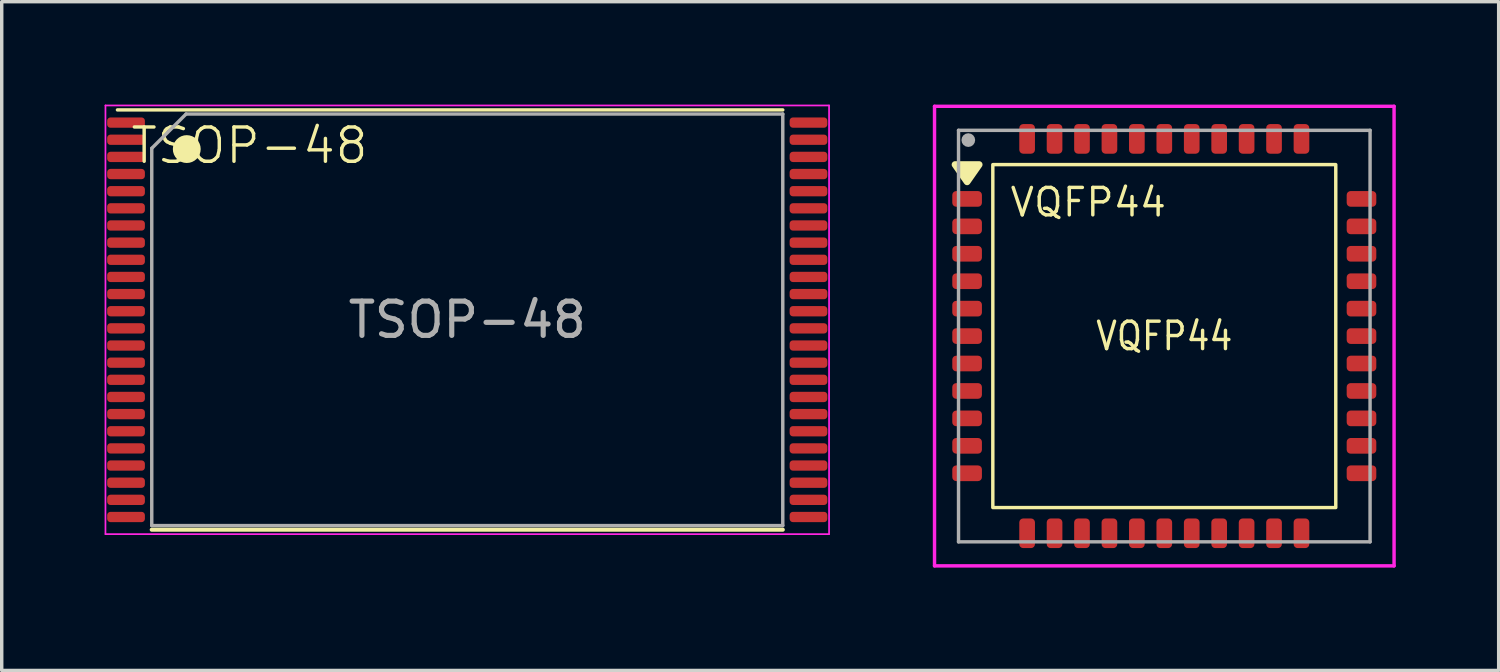
<source format=kicad_pcb>
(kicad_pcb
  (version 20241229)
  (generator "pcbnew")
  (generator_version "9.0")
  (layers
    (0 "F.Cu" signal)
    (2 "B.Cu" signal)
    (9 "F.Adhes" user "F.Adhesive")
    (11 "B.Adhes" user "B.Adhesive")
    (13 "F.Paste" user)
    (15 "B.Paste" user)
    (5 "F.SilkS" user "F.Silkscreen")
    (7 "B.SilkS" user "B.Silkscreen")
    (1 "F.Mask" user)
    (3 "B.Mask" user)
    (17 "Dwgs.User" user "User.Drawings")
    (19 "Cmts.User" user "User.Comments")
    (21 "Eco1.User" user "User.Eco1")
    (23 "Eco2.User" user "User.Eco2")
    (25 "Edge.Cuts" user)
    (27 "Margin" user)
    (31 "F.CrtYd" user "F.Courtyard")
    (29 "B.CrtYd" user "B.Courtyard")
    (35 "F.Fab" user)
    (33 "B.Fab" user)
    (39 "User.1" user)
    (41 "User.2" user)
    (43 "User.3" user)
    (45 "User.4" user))
  (footprint "TSOP-48"
    (layer "F.Cu")
    (at 10.575 6.275)
    (property "Reference" "TSOP-48" (at -6.35 -5.08 180) (layer "F.SilkS") (effects (font (size 1 1) (thickness 0.1))))
    (attr smd)
    (fp_line (start -9.2 6.12) (end 9.2 6.12) (stroke (width 0.12) (type solid)) (layer "F.SilkS"))
    (fp_line (start 9.2 -6.12) (end -10.2 -6.12) (stroke (width 0.1) (type solid)) (layer "F.SilkS"))
    (fp_circle (center -8.179 -4.978) (end -7.976 -4.978) (stroke (width 0.406) (type solid)) (fill no) (layer "F.SilkS"))
    (fp_line (start -10.55 -6.25) (end 10.55 -6.25) (stroke (width 0.05) (type solid)) (layer "F.CrtYd"))
    (fp_line (start -10.55 6.25) (end -10.55 -6.25) (stroke (width 0.05) (type solid)) (layer "F.CrtYd"))
    (fp_line (start 10.55 -6.25) (end 10.55 6.25) (stroke (width 0.05) (type solid)) (layer "F.CrtYd"))
    (fp_line (start 10.55 6.25) (end -10.55 6.25) (stroke (width 0.05) (type solid)) (layer "F.CrtYd"))
    (fp_line (start -9.2 6) (end -9.2 -5) (stroke (width 0.1) (type solid)) (layer "F.Fab"))
    (fp_line (start -8.2 -6) (end -9.2 -5) (stroke (width 0.1) (type solid)) (layer "F.Fab"))
    (fp_line (start -8.2 -6) (end 9.2 -6) (stroke (width 0.1) (type solid)) (layer "F.Fab"))
    (fp_line (start 9.2 -6) (end 9.2 6) (stroke (width 0.1) (type solid)) (layer "F.Fab"))
    (fp_line (start 9.2 6) (end -9.2 6) (stroke (width 0.1) (type solid)) (layer "F.Fab"))
    (fp_text user "${REFERENCE}" (at 0 0 180) (layer "F.Fab") (effects (font (size 1 1) (thickness 0.15))))
    (pad "1" smd roundrect (at -9.95 -5.75) (size 1.1 0.3) (layers "F.Cu" "F.Mask" "F.Paste") (roundrect_rratio 0.32))
    (pad "2" smd roundrect (at -9.95 -5.25) (size 1.1 0.3) (layers "F.Cu" "F.Mask" "F.Paste") (roundrect_rratio 0.32))
    (pad "3" smd roundrect (at -9.95 -4.75) (size 1.1 0.3) (layers "F.Cu" "F.Mask" "F.Paste") (roundrect_rratio 0.32))
    (pad "4" smd roundrect (at -9.95 -4.25) (size 1.1 0.3) (layers "F.Cu" "F.Mask" "F.Paste") (roundrect_rratio 0.32))
    (pad "5" smd roundrect (at -9.95 -3.75) (size 1.1 0.3) (layers "F.Cu" "F.Mask" "F.Paste") (roundrect_rratio 0.32))
    (pad "6" smd roundrect (at -9.95 -3.25) (size 1.1 0.3) (layers "F.Cu" "F.Mask" "F.Paste") (roundrect_rratio 0.32))
    (pad "7" smd roundrect (at -9.95 -2.75) (size 1.1 0.3) (layers "F.Cu" "F.Mask" "F.Paste") (roundrect_rratio 0.32))
    (pad "8" smd roundrect (at -9.95 -2.25) (size 1.1 0.3) (layers "F.Cu" "F.Mask" "F.Paste") (roundrect_rratio 0.32))
    (pad "9" smd roundrect (at -9.95 -1.75) (size 1.1 0.3) (layers "F.Cu" "F.Mask" "F.Paste") (roundrect_rratio 0.32))
    (pad "10" smd roundrect (at -9.95 -1.25) (size 1.1 0.3) (layers "F.Cu" "F.Mask" "F.Paste") (roundrect_rratio 0.32))
    (pad "11" smd roundrect (at -9.95 -0.75) (size 1.1 0.3) (layers "F.Cu" "F.Mask" "F.Paste") (roundrect_rratio 0.32))
    (pad "12" smd roundrect (at -9.95 -0.25) (size 1.1 0.3) (layers "F.Cu" "F.Mask" "F.Paste") (roundrect_rratio 0.32))
    (pad "13" smd roundrect (at -9.95 0.25) (size 1.1 0.3) (layers "F.Cu" "F.Mask" "F.Paste") (roundrect_rratio 0.32))
    (pad "14" smd roundrect (at -9.95 0.75) (size 1.1 0.3) (layers "F.Cu" "F.Mask" "F.Paste") (roundrect_rratio 0.32))
    (pad "15" smd roundrect (at -9.95 1.25) (size 1.1 0.3) (layers "F.Cu" "F.Mask" "F.Paste") (roundrect_rratio 0.32))
    (pad "16" smd roundrect (at -9.95 1.75) (size 1.1 0.3) (layers "F.Cu" "F.Mask" "F.Paste") (roundrect_rratio 0.32))
    (pad "17" smd roundrect (at -9.95 2.25) (size 1.1 0.3) (layers "F.Cu" "F.Mask" "F.Paste") (roundrect_rratio 0.32))
    (pad "18" smd roundrect (at -9.95 2.75) (size 1.1 0.3) (layers "F.Cu" "F.Mask" "F.Paste") (roundrect_rratio 0.32))
    (pad "19" smd roundrect (at -9.95 3.25) (size 1.1 0.3) (layers "F.Cu" "F.Mask" "F.Paste") (roundrect_rratio 0.32))
    (pad "20" smd roundrect (at -9.95 3.75) (size 1.1 0.3) (layers "F.Cu" "F.Mask" "F.Paste") (roundrect_rratio 0.32))
    (pad "21" smd roundrect (at -9.95 4.25) (size 1.1 0.3) (layers "F.Cu" "F.Mask" "F.Paste") (roundrect_rratio 0.32))
    (pad "22" smd roundrect (at -9.95 4.75) (size 1.1 0.3) (layers "F.Cu" "F.Mask" "F.Paste") (roundrect_rratio 0.32))
    (pad "23" smd roundrect (at -9.95 5.25) (size 1.1 0.3) (layers "F.Cu" "F.Mask" "F.Paste") (roundrect_rratio 0.32))
    (pad "24" smd roundrect (at -9.95 5.75) (size 1.1 0.3) (layers "F.Cu" "F.Mask" "F.Paste") (roundrect_rratio 0.32))
    (pad "25" smd roundrect (at 9.95 5.75) (size 1.1 0.3) (layers "F.Cu" "F.Mask" "F.Paste") (roundrect_rratio 0.32))
    (pad "26" smd roundrect (at 9.95 5.25) (size 1.1 0.3) (layers "F.Cu" "F.Mask" "F.Paste") (roundrect_rratio 0.32))
    (pad "27" smd roundrect (at 9.95 4.75) (size 1.1 0.3) (layers "F.Cu" "F.Mask" "F.Paste") (roundrect_rratio 0.32))
    (pad "28" smd roundrect (at 9.95 4.25) (size 1.1 0.3) (layers "F.Cu" "F.Mask" "F.Paste") (roundrect_rratio 0.32))
    (pad "29" smd roundrect (at 9.95 3.75) (size 1.1 0.3) (layers "F.Cu" "F.Mask" "F.Paste") (roundrect_rratio 0.32))
    (pad "30" smd roundrect (at 9.95 3.25) (size 1.1 0.3) (layers "F.Cu" "F.Mask" "F.Paste") (roundrect_rratio 0.32))
    (pad "31" smd roundrect (at 9.95 2.75) (size 1.1 0.3) (layers "F.Cu" "F.Mask" "F.Paste") (roundrect_rratio 0.32))
    (pad "32" smd roundrect (at 9.95 2.25) (size 1.1 0.3) (layers "F.Cu" "F.Mask" "F.Paste") (roundrect_rratio 0.32))
    (pad "33" smd roundrect (at 9.95 1.75) (size 1.1 0.3) (layers "F.Cu" "F.Mask" "F.Paste") (roundrect_rratio 0.32))
    (pad "34" smd roundrect (at 9.95 1.25) (size 1.1 0.3) (layers "F.Cu" "F.Mask" "F.Paste") (roundrect_rratio 0.32))
    (pad "35" smd roundrect (at 9.95 0.75) (size 1.1 0.3) (layers "F.Cu" "F.Mask" "F.Paste") (roundrect_rratio 0.32))
    (pad "36" smd roundrect (at 9.95 0.25) (size 1.1 0.3) (layers "F.Cu" "F.Mask" "F.Paste") (roundrect_rratio 0.32))
    (pad "37" smd roundrect (at 9.95 -0.25) (size 1.1 0.3) (layers "F.Cu" "F.Mask" "F.Paste") (roundrect_rratio 0.32))
    (pad "38" smd roundrect (at 9.95 -0.75) (size 1.1 0.3) (layers "F.Cu" "F.Mask" "F.Paste") (roundrect_rratio 0.32))
    (pad "39" smd roundrect (at 9.95 -1.25) (size 1.1 0.3) (layers "F.Cu" "F.Mask" "F.Paste") (roundrect_rratio 0.32))
    (pad "40" smd roundrect (at 9.95 -1.75) (size 1.1 0.3) (layers "F.Cu" "F.Mask" "F.Paste") (roundrect_rratio 0.32))
    (pad "41" smd roundrect (at 9.95 -2.25) (size 1.1 0.3) (layers "F.Cu" "F.Mask" "F.Paste") (roundrect_rratio 0.32))
    (pad "42" smd roundrect (at 9.95 -2.75) (size 1.1 0.3) (layers "F.Cu" "F.Mask" "F.Paste") (roundrect_rratio 0.32))
    (pad "43" smd roundrect (at 9.95 -3.25) (size 1.1 0.3) (layers "F.Cu" "F.Mask" "F.Paste") (roundrect_rratio 0.32))
    (pad "44" smd roundrect (at 9.95 -3.75) (size 1.1 0.3) (layers "F.Cu" "F.Mask" "F.Paste") (roundrect_rratio 0.32))
    (pad "45" smd roundrect (at 9.95 -4.25) (size 1.1 0.3) (layers "F.Cu" "F.Mask" "F.Paste") (roundrect_rratio 0.32))
    (pad "46" smd roundrect (at 9.95 -4.75) (size 1.1 0.3) (layers "F.Cu" "F.Mask" "F.Paste") (roundrect_rratio 0.32))
    (pad "47" smd roundrect (at 9.95 -5.25) (size 1.1 0.3) (layers "F.Cu" "F.Mask" "F.Paste") (roundrect_rratio 0.32))
    (pad "48" smd roundrect (at 9.95 -5.75) (size 1.1 0.3) (layers "F.Cu" "F.Mask" "F.Paste") (roundrect_rratio 0.32)))
  (footprint "VQFP44"
    (layer "F.Cu")
    (at 30.9 6.75)
    (property "Reference" "VQFP44" (at -4.55 -3.9 0) (unlocked yes) (layer "F.SilkS") (effects (font (size 0.8 0.8) (thickness 0.1)) (justify left)))
    (property "Value" "VQFP44" (at 0 8 0) (layer "Dwgs.User") (hide yes) (effects (font (size 1 1) (thickness 0.1)) (justify bottom)))
    (attr smd)
    (fp_rect (start -5 -5) (end 5 5) (stroke (width 0.1) (type default)) (fill no) (layer "F.SilkS"))
    (fp_poly (pts (xy -5.75 -4.5) (xy -6.1 -5) (xy -5.4 -5)) (stroke (width 0.2) (type solid)) (fill yes) (layer "F.SilkS"))
    (fp_line (start -6.7 -6.7) (end 6.7 -6.7) (stroke (width 0.1) (type solid)) (layer "F.CrtYd"))
    (fp_line (start -6.7 6.7) (end -6.7 -6.7) (stroke (width 0.1) (type solid)) (layer "F.CrtYd"))
    (fp_line (start 6.7 -6.7) (end 6.7 6.7) (stroke (width 0.1) (type solid)) (layer "F.CrtYd"))
    (fp_line (start 6.7 6.7) (end -6.7 6.7) (stroke (width 0.1) (type solid)) (layer "F.CrtYd"))
    (fp_line (start -6 -6) (end -6 6) (stroke (width 0.1) (type solid)) (layer "F.Fab"))
    (fp_line (start -6 6) (end 6 6) (stroke (width 0.1) (type solid)) (layer "F.Fab"))
    (fp_line (start 6 -6) (end -6 -6) (stroke (width 0.1) (type solid)) (layer "F.Fab"))
    (fp_line (start 6 6) (end 6 -6) (stroke (width 0.1) (type solid)) (layer "F.Fab"))
    (fp_circle (center -5.715 -5.715) (end -5.715 -5.815) (stroke (width 0.2) (type solid)) (fill no) (layer "F.Fab"))
    (fp_text user "${VALUE}" (at 0 0 0) (unlocked yes) (layer "F.SilkS") (effects (font (size 0.8 0.7) (thickness 0.1))))
    (pad "1" smd roundrect (at -5.75 -4 90) (size 0.457 0.864) (layers "F.Cu" "F.Mask" "F.Paste") (roundrect_rratio 0.25))
    (pad "2" smd roundrect (at -5.75 -3.2 90) (size 0.457 0.864) (layers "F.Cu" "F.Mask" "F.Paste") (roundrect_rratio 0.25))
    (pad "3" smd roundrect (at -5.75 -2.4 90) (size 0.457 0.864) (layers "F.Cu" "F.Mask" "F.Paste") (roundrect_rratio 0.25))
    (pad "4" smd roundrect (at -5.75 -1.6 90) (size 0.457 0.864) (layers "F.Cu" "F.Mask" "F.Paste") (roundrect_rratio 0.25))
    (pad "5" smd roundrect (at -5.75 -0.8 90) (size 0.457 0.864) (layers "F.Cu" "F.Mask" "F.Paste") (roundrect_rratio 0.25))
    (pad "6" smd roundrect (at -5.75 0 90) (size 0.457 0.864) (layers "F.Cu" "F.Mask" "F.Paste") (roundrect_rratio 0.25))
    (pad "7" smd roundrect (at -5.75 0.8 90) (size 0.457 0.864) (layers "F.Cu" "F.Mask" "F.Paste") (roundrect_rratio 0.25))
    (pad "8" smd roundrect (at -5.75 1.6 90) (size 0.457 0.864) (layers "F.Cu" "F.Mask" "F.Paste") (roundrect_rratio 0.25))
    (pad "9" smd roundrect (at -5.75 2.4 90) (size 0.457 0.864) (layers "F.Cu" "F.Mask" "F.Paste") (roundrect_rratio 0.25))
    (pad "10" smd roundrect (at -5.75 3.2 90) (size 0.457 0.864) (layers "F.Cu" "F.Mask" "F.Paste") (roundrect_rratio 0.25))
    (pad "11" smd roundrect (at -5.75 4 90) (size 0.457 0.864) (layers "F.Cu" "F.Mask" "F.Paste") (roundrect_rratio 0.25))
    (pad "12" smd roundrect (at -4 5.75) (size 0.457 0.864) (layers "F.Cu" "F.Mask" "F.Paste") (roundrect_rratio 0.25))
    (pad "13" smd roundrect (at -3.2 5.75) (size 0.457 0.864) (layers "F.Cu" "F.Mask" "F.Paste") (roundrect_rratio 0.25))
    (pad "14" smd roundrect (at -2.4 5.75) (size 0.457 0.864) (layers "F.Cu" "F.Mask" "F.Paste") (roundrect_rratio 0.25))
    (pad "15" smd roundrect (at -1.6 5.75) (size 0.457 0.864) (layers "F.Cu" "F.Mask" "F.Paste") (roundrect_rratio 0.25))
    (pad "16" smd roundrect (at -0.8 5.75) (size 0.457 0.864) (layers "F.Cu" "F.Mask" "F.Paste") (roundrect_rratio 0.25))
    (pad "17" smd roundrect (at 0 5.75) (size 0.457 0.864) (layers "F.Cu" "F.Mask" "F.Paste") (roundrect_rratio 0.25))
    (pad "18" smd roundrect (at 0.8 5.75) (size 0.457 0.864) (layers "F.Cu" "F.Mask" "F.Paste") (roundrect_rratio 0.25))
    (pad "19" smd roundrect (at 1.6 5.75) (size 0.457 0.864) (layers "F.Cu" "F.Mask" "F.Paste") (roundrect_rratio 0.25))
    (pad "20" smd roundrect (at 2.4 5.75) (size 0.457 0.864) (layers "F.Cu" "F.Mask" "F.Paste") (roundrect_rratio 0.25))
    (pad "21" smd roundrect (at 3.2 5.75) (size 0.457 0.864) (layers "F.Cu" "F.Mask" "F.Paste") (roundrect_rratio 0.25))
    (pad "22" smd roundrect (at 4 5.75) (size 0.457 0.864) (layers "F.Cu" "F.Mask" "F.Paste") (roundrect_rratio 0.25))
    (pad "23" smd roundrect (at 5.75 4 90) (size 0.457 0.864) (layers "F.Cu" "F.Mask" "F.Paste") (roundrect_rratio 0.25))
    (pad "24" smd roundrect (at 5.75 3.2 90) (size 0.457 0.864) (layers "F.Cu" "F.Mask" "F.Paste") (roundrect_rratio 0.25))
    (pad "25" smd roundrect (at 5.75 2.4 90) (size 0.457 0.864) (layers "F.Cu" "F.Mask" "F.Paste") (roundrect_rratio 0.25))
    (pad "26" smd roundrect (at 5.75 1.6 90) (size 0.457 0.864) (layers "F.Cu" "F.Mask" "F.Paste") (roundrect_rratio 0.25))
    (pad "27" smd roundrect (at 5.75 0.8 90) (size 0.457 0.864) (layers "F.Cu" "F.Mask" "F.Paste") (roundrect_rratio 0.25))
    (pad "28" smd roundrect (at 5.75 0 90) (size 0.457 0.864) (layers "F.Cu" "F.Mask" "F.Paste") (roundrect_rratio 0.25))
    (pad "29" smd roundrect (at 5.75 -0.8 90) (size 0.457 0.864) (layers "F.Cu" "F.Mask" "F.Paste") (roundrect_rratio 0.25))
    (pad "30" smd roundrect (at 5.75 -1.6 90) (size 0.457 0.864) (layers "F.Cu" "F.Mask" "F.Paste") (roundrect_rratio 0.25))
    (pad "31" smd roundrect (at 5.75 -2.4 90) (size 0.457 0.864) (layers "F.Cu" "F.Mask" "F.Paste") (roundrect_rratio 0.25))
    (pad "32" smd roundrect (at 5.75 -3.2 90) (size 0.457 0.864) (layers "F.Cu" "F.Mask" "F.Paste") (roundrect_rratio 0.25))
    (pad "33" smd roundrect (at 5.75 -4 90) (size 0.457 0.864) (layers "F.Cu" "F.Mask" "F.Paste") (roundrect_rratio 0.25))
    (pad "34" smd roundrect (at 4 -5.75) (size 0.457 0.864) (layers "F.Cu" "F.Mask" "F.Paste") (roundrect_rratio 0.25))
    (pad "35" smd roundrect (at 3.2 -5.75) (size 0.457 0.864) (layers "F.Cu" "F.Mask" "F.Paste") (roundrect_rratio 0.25))
    (pad "36" smd roundrect (at 2.4 -5.75) (size 0.457 0.864) (layers "F.Cu" "F.Mask" "F.Paste") (roundrect_rratio 0.25))
    (pad "37" smd roundrect (at 1.6 -5.75) (size 0.457 0.864) (layers "F.Cu" "F.Mask" "F.Paste") (roundrect_rratio 0.25))
    (pad "38" smd roundrect (at 0.8 -5.75) (size 0.457 0.864) (layers "F.Cu" "F.Mask" "F.Paste") (roundrect_rratio 0.25))
    (pad "39" smd roundrect (at 0 -5.75) (size 0.457 0.864) (layers "F.Cu" "F.Mask" "F.Paste") (roundrect_rratio 0.25))
    (pad "40" smd roundrect (at -0.8 -5.75) (size 0.457 0.864) (layers "F.Cu" "F.Mask" "F.Paste") (roundrect_rratio 0.25))
    (pad "41" smd roundrect (at -1.6 -5.75) (size 0.457 0.864) (layers "F.Cu" "F.Mask" "F.Paste") (roundrect_rratio 0.25))
    (pad "42" smd roundrect (at -2.4 -5.75) (size 0.457 0.864) (layers "F.Cu" "F.Mask" "F.Paste") (roundrect_rratio 0.25))
    (pad "43" smd roundrect (at -3.2 -5.75) (size 0.457 0.864) (layers "F.Cu" "F.Mask" "F.Paste") (roundrect_rratio 0.25))
    (pad "44" smd roundrect (at -4 -5.75) (size 0.457 0.864) (layers "F.Cu" "F.Mask" "F.Paste") (roundrect_rratio 0.25)))
  (gr_rect
    (start -3 -3)
    (end 40.65 16.5)
    (stroke (width 0.1) (type default))
    (fill no)
    (layer "Edge.Cuts")))
</source>
